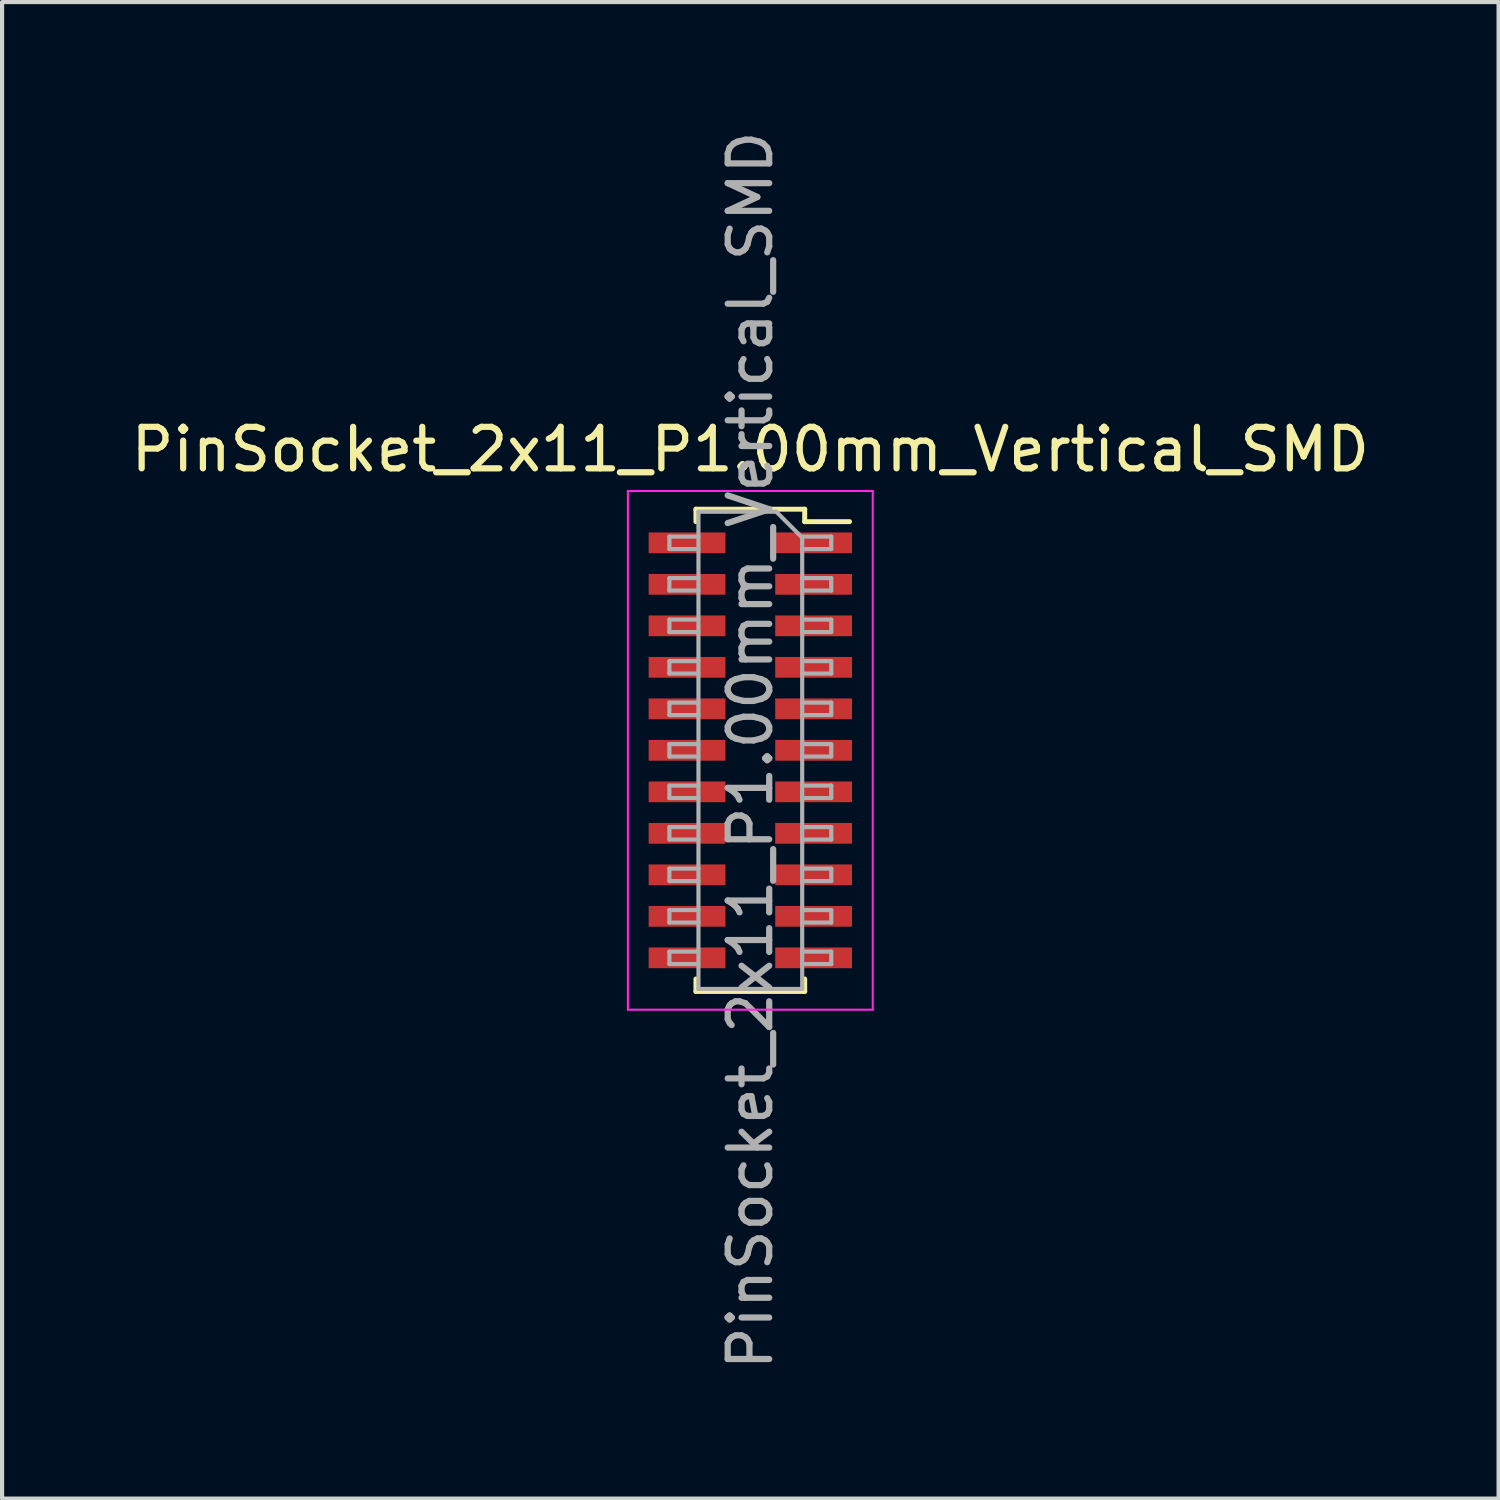
<source format=kicad_pcb>
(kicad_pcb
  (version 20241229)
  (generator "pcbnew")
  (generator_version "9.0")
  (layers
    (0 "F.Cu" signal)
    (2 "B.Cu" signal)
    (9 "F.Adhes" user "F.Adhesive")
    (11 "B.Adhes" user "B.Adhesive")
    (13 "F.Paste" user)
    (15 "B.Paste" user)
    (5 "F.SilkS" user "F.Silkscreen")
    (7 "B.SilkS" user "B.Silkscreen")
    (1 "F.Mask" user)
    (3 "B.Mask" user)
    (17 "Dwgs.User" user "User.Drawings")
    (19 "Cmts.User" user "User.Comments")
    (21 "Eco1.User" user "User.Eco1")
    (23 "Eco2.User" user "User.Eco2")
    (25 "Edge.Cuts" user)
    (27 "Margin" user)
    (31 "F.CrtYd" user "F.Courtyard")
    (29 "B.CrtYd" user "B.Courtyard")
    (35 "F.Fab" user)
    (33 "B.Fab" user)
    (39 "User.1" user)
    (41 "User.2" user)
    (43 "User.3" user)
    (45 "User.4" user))
  (footprint "PinSocket_2x11_P1.00mm_Vertical_SMD"
    (layer "F.Cu")
    (at 15.03 15.03)
    (property "Reference" "PinSocket_2x11_P1.00mm_Vertical_SMD" (at 0 -7.25 0) (layer "F.SilkS") (effects (font (size 1 1) (thickness 0.15))))
    (attr smd)
    (fp_line (start -1.31 -5.81) (end -1.31 -5.51) (stroke (width 0.12) (type solid)) (layer "F.SilkS"))
    (fp_line (start -1.31 -5.81) (end 1.31 -5.81) (stroke (width 0.12) (type solid)) (layer "F.SilkS"))
    (fp_line (start -1.31 5.51) (end -1.31 5.81) (stroke (width 0.12) (type solid)) (layer "F.SilkS"))
    (fp_line (start -1.31 5.81) (end 1.31 5.81) (stroke (width 0.12) (type solid)) (layer "F.SilkS"))
    (fp_line (start 1.31 -5.81) (end 1.31 -5.51) (stroke (width 0.12) (type solid)) (layer "F.SilkS"))
    (fp_line (start 1.31 -5.51) (end 2.39 -5.51) (stroke (width 0.12) (type solid)) (layer "F.SilkS"))
    (fp_line (start 1.31 5.51) (end 1.31 5.81) (stroke (width 0.12) (type solid)) (layer "F.SilkS"))
    (fp_line (start -2.95 -6.25) (end 2.95 -6.25) (stroke (width 0.05) (type solid)) (layer "F.CrtYd"))
    (fp_line (start -2.95 6.25) (end -2.95 -6.25) (stroke (width 0.05) (type solid)) (layer "F.CrtYd"))
    (fp_line (start 2.95 -6.25) (end 2.95 6.25) (stroke (width 0.05) (type solid)) (layer "F.CrtYd"))
    (fp_line (start 2.95 6.25) (end -2.95 6.25) (stroke (width 0.05) (type solid)) (layer "F.CrtYd"))
    (fp_line (start -1.95 -5.15) (end -1.25 -5.15) (stroke (width 0.1) (type solid)) (layer "F.Fab"))
    (fp_line (start -1.95 -4.85) (end -1.95 -5.15) (stroke (width 0.1) (type solid)) (layer "F.Fab"))
    (fp_line (start -1.95 -4.15) (end -1.25 -4.15) (stroke (width 0.1) (type solid)) (layer "F.Fab"))
    (fp_line (start -1.95 -3.85) (end -1.95 -4.15) (stroke (width 0.1) (type solid)) (layer "F.Fab"))
    (fp_line (start -1.95 -3.15) (end -1.25 -3.15) (stroke (width 0.1) (type solid)) (layer "F.Fab"))
    (fp_line (start -1.95 -2.85) (end -1.95 -3.15) (stroke (width 0.1) (type solid)) (layer "F.Fab"))
    (fp_line (start -1.95 -2.15) (end -1.25 -2.15) (stroke (width 0.1) (type solid)) (layer "F.Fab"))
    (fp_line (start -1.95 -1.85) (end -1.95 -2.15) (stroke (width 0.1) (type solid)) (layer "F.Fab"))
    (fp_line (start -1.95 -1.15) (end -1.25 -1.15) (stroke (width 0.1) (type solid)) (layer "F.Fab"))
    (fp_line (start -1.95 -0.85) (end -1.95 -1.15) (stroke (width 0.1) (type solid)) (layer "F.Fab"))
    (fp_line (start -1.95 -0.15) (end -1.25 -0.15) (stroke (width 0.1) (type solid)) (layer "F.Fab"))
    (fp_line (start -1.95 0.15) (end -1.95 -0.15) (stroke (width 0.1) (type solid)) (layer "F.Fab"))
    (fp_line (start -1.95 0.85) (end -1.25 0.85) (stroke (width 0.1) (type solid)) (layer "F.Fab"))
    (fp_line (start -1.95 1.15) (end -1.95 0.85) (stroke (width 0.1) (type solid)) (layer "F.Fab"))
    (fp_line (start -1.95 1.85) (end -1.25 1.85) (stroke (width 0.1) (type solid)) (layer "F.Fab"))
    (fp_line (start -1.95 2.15) (end -1.95 1.85) (stroke (width 0.1) (type solid)) (layer "F.Fab"))
    (fp_line (start -1.95 2.85) (end -1.25 2.85) (stroke (width 0.1) (type solid)) (layer "F.Fab"))
    (fp_line (start -1.95 3.15) (end -1.95 2.85) (stroke (width 0.1) (type solid)) (layer "F.Fab"))
    (fp_line (start -1.95 3.85) (end -1.25 3.85) (stroke (width 0.1) (type solid)) (layer "F.Fab"))
    (fp_line (start -1.95 4.15) (end -1.95 3.85) (stroke (width 0.1) (type solid)) (layer "F.Fab"))
    (fp_line (start -1.95 4.85) (end -1.25 4.85) (stroke (width 0.1) (type solid)) (layer "F.Fab"))
    (fp_line (start -1.95 5.15) (end -1.95 4.85) (stroke (width 0.1) (type solid)) (layer "F.Fab"))
    (fp_line (start -1.25 -5.75) (end 0.625 -5.75) (stroke (width 0.1) (type solid)) (layer "F.Fab"))
    (fp_line (start -1.25 -4.85) (end -1.95 -4.85) (stroke (width 0.1) (type solid)) (layer "F.Fab"))
    (fp_line (start -1.25 -3.85) (end -1.95 -3.85) (stroke (width 0.1) (type solid)) (layer "F.Fab"))
    (fp_line (start -1.25 -2.85) (end -1.95 -2.85) (stroke (width 0.1) (type solid)) (layer "F.Fab"))
    (fp_line (start -1.25 -1.85) (end -1.95 -1.85) (stroke (width 0.1) (type solid)) (layer "F.Fab"))
    (fp_line (start -1.25 -0.85) (end -1.95 -0.85) (stroke (width 0.1) (type solid)) (layer "F.Fab"))
    (fp_line (start -1.25 0.15) (end -1.95 0.15) (stroke (width 0.1) (type solid)) (layer "F.Fab"))
    (fp_line (start -1.25 1.15) (end -1.95 1.15) (stroke (width 0.1) (type solid)) (layer "F.Fab"))
    (fp_line (start -1.25 2.15) (end -1.95 2.15) (stroke (width 0.1) (type solid)) (layer "F.Fab"))
    (fp_line (start -1.25 3.15) (end -1.95 3.15) (stroke (width 0.1) (type solid)) (layer "F.Fab"))
    (fp_line (start -1.25 4.15) (end -1.95 4.15) (stroke (width 0.1) (type solid)) (layer "F.Fab"))
    (fp_line (start -1.25 5.15) (end -1.95 5.15) (stroke (width 0.1) (type solid)) (layer "F.Fab"))
    (fp_line (start -1.25 5.75) (end -1.25 -5.75) (stroke (width 0.1) (type solid)) (layer "F.Fab"))
    (fp_line (start 0.625 -5.75) (end 1.25 -5.125) (stroke (width 0.1) (type solid)) (layer "F.Fab"))
    (fp_line (start 1.25 -5.15) (end 1.95 -5.15) (stroke (width 0.1) (type solid)) (layer "F.Fab"))
    (fp_line (start 1.25 -5.125) (end 1.25 5.75) (stroke (width 0.1) (type solid)) (layer "F.Fab"))
    (fp_line (start 1.25 -4.15) (end 1.95 -4.15) (stroke (width 0.1) (type solid)) (layer "F.Fab"))
    (fp_line (start 1.25 -3.15) (end 1.95 -3.15) (stroke (width 0.1) (type solid)) (layer "F.Fab"))
    (fp_line (start 1.25 -2.15) (end 1.95 -2.15) (stroke (width 0.1) (type solid)) (layer "F.Fab"))
    (fp_line (start 1.25 -1.15) (end 1.95 -1.15) (stroke (width 0.1) (type solid)) (layer "F.Fab"))
    (fp_line (start 1.25 -0.15) (end 1.95 -0.15) (stroke (width 0.1) (type solid)) (layer "F.Fab"))
    (fp_line (start 1.25 0.85) (end 1.95 0.85) (stroke (width 0.1) (type solid)) (layer "F.Fab"))
    (fp_line (start 1.25 1.85) (end 1.95 1.85) (stroke (width 0.1) (type solid)) (layer "F.Fab"))
    (fp_line (start 1.25 2.85) (end 1.95 2.85) (stroke (width 0.1) (type solid)) (layer "F.Fab"))
    (fp_line (start 1.25 3.85) (end 1.95 3.85) (stroke (width 0.1) (type solid)) (layer "F.Fab"))
    (fp_line (start 1.25 4.85) (end 1.95 4.85) (stroke (width 0.1) (type solid)) (layer "F.Fab"))
    (fp_line (start 1.25 5.75) (end -1.25 5.75) (stroke (width 0.1) (type solid)) (layer "F.Fab"))
    (fp_line (start 1.95 -5.15) (end 1.95 -4.85) (stroke (width 0.1) (type solid)) (layer "F.Fab"))
    (fp_line (start 1.95 -4.85) (end 1.25 -4.85) (stroke (width 0.1) (type solid)) (layer "F.Fab"))
    (fp_line (start 1.95 -4.15) (end 1.95 -3.85) (stroke (width 0.1) (type solid)) (layer "F.Fab"))
    (fp_line (start 1.95 -3.85) (end 1.25 -3.85) (stroke (width 0.1) (type solid)) (layer "F.Fab"))
    (fp_line (start 1.95 -3.15) (end 1.95 -2.85) (stroke (width 0.1) (type solid)) (layer "F.Fab"))
    (fp_line (start 1.95 -2.85) (end 1.25 -2.85) (stroke (width 0.1) (type solid)) (layer "F.Fab"))
    (fp_line (start 1.95 -2.15) (end 1.95 -1.85) (stroke (width 0.1) (type solid)) (layer "F.Fab"))
    (fp_line (start 1.95 -1.85) (end 1.25 -1.85) (stroke (width 0.1) (type solid)) (layer "F.Fab"))
    (fp_line (start 1.95 -1.15) (end 1.95 -0.85) (stroke (width 0.1) (type solid)) (layer "F.Fab"))
    (fp_line (start 1.95 -0.85) (end 1.25 -0.85) (stroke (width 0.1) (type solid)) (layer "F.Fab"))
    (fp_line (start 1.95 -0.15) (end 1.95 0.15) (stroke (width 0.1) (type solid)) (layer "F.Fab"))
    (fp_line (start 1.95 0.15) (end 1.25 0.15) (stroke (width 0.1) (type solid)) (layer "F.Fab"))
    (fp_line (start 1.95 0.85) (end 1.95 1.15) (stroke (width 0.1) (type solid)) (layer "F.Fab"))
    (fp_line (start 1.95 1.15) (end 1.25 1.15) (stroke (width 0.1) (type solid)) (layer "F.Fab"))
    (fp_line (start 1.95 1.85) (end 1.95 2.15) (stroke (width 0.1) (type solid)) (layer "F.Fab"))
    (fp_line (start 1.95 2.15) (end 1.25 2.15) (stroke (width 0.1) (type solid)) (layer "F.Fab"))
    (fp_line (start 1.95 2.85) (end 1.95 3.15) (stroke (width 0.1) (type solid)) (layer "F.Fab"))
    (fp_line (start 1.95 3.15) (end 1.25 3.15) (stroke (width 0.1) (type solid)) (layer "F.Fab"))
    (fp_line (start 1.95 3.85) (end 1.95 4.15) (stroke (width 0.1) (type solid)) (layer "F.Fab"))
    (fp_line (start 1.95 4.15) (end 1.25 4.15) (stroke (width 0.1) (type solid)) (layer "F.Fab"))
    (fp_line (start 1.95 4.85) (end 1.95 5.15) (stroke (width 0.1) (type solid)) (layer "F.Fab"))
    (fp_line (start 1.95 5.15) (end 1.25 5.15) (stroke (width 0.1) (type solid)) (layer "F.Fab"))
    (fp_text user "${REFERENCE}" (at 0 0 90) (layer "F.Fab") (effects (font (size 1 1) (thickness 0.15))))
    (pad "1" smd rect (at 1.525 -5) (size 1.85 0.5) (layers "F.Cu" "F.Mask" "F.Paste"))
    (pad "2" smd rect (at -1.525 -5) (size 1.85 0.5) (layers "F.Cu" "F.Mask" "F.Paste"))
    (pad "3" smd rect (at 1.525 -4) (size 1.85 0.5) (layers "F.Cu" "F.Mask" "F.Paste"))
    (pad "4" smd rect (at -1.525 -4) (size 1.85 0.5) (layers "F.Cu" "F.Mask" "F.Paste"))
    (pad "5" smd rect (at 1.525 -3) (size 1.85 0.5) (layers "F.Cu" "F.Mask" "F.Paste"))
    (pad "6" smd rect (at -1.525 -3) (size 1.85 0.5) (layers "F.Cu" "F.Mask" "F.Paste"))
    (pad "7" smd rect (at 1.525 -2) (size 1.85 0.5) (layers "F.Cu" "F.Mask" "F.Paste"))
    (pad "8" smd rect (at -1.525 -2) (size 1.85 0.5) (layers "F.Cu" "F.Mask" "F.Paste"))
    (pad "9" smd rect (at 1.525 -1) (size 1.85 0.5) (layers "F.Cu" "F.Mask" "F.Paste"))
    (pad "10" smd rect (at -1.525 -1) (size 1.85 0.5) (layers "F.Cu" "F.Mask" "F.Paste"))
    (pad "11" smd rect (at 1.525 0) (size 1.85 0.5) (layers "F.Cu" "F.Mask" "F.Paste"))
    (pad "12" smd rect (at -1.525 0) (size 1.85 0.5) (layers "F.Cu" "F.Mask" "F.Paste"))
    (pad "13" smd rect (at 1.525 1) (size 1.85 0.5) (layers "F.Cu" "F.Mask" "F.Paste"))
    (pad "14" smd rect (at -1.525 1) (size 1.85 0.5) (layers "F.Cu" "F.Mask" "F.Paste"))
    (pad "15" smd rect (at 1.525 2) (size 1.85 0.5) (layers "F.Cu" "F.Mask" "F.Paste"))
    (pad "16" smd rect (at -1.525 2) (size 1.85 0.5) (layers "F.Cu" "F.Mask" "F.Paste"))
    (pad "17" smd rect (at 1.525 3) (size 1.85 0.5) (layers "F.Cu" "F.Mask" "F.Paste"))
    (pad "18" smd rect (at -1.525 3) (size 1.85 0.5) (layers "F.Cu" "F.Mask" "F.Paste"))
    (pad "19" smd rect (at 1.525 4) (size 1.85 0.5) (layers "F.Cu" "F.Mask" "F.Paste"))
    (pad "20" smd rect (at -1.525 4) (size 1.85 0.5) (layers "F.Cu" "F.Mask" "F.Paste"))
    (pad "21" smd rect (at 1.525 5) (size 1.85 0.5) (layers "F.Cu" "F.Mask" "F.Paste"))
    (pad "22" smd rect (at -1.525 5) (size 1.85 0.5) (layers "F.Cu" "F.Mask" "F.Paste")))
  (gr_rect
    (start -3 -3)
    (end 33.06 33.06)
    (stroke (width 0.1) (type default))
    (fill no)
    (layer "Edge.Cuts")))
</source>
